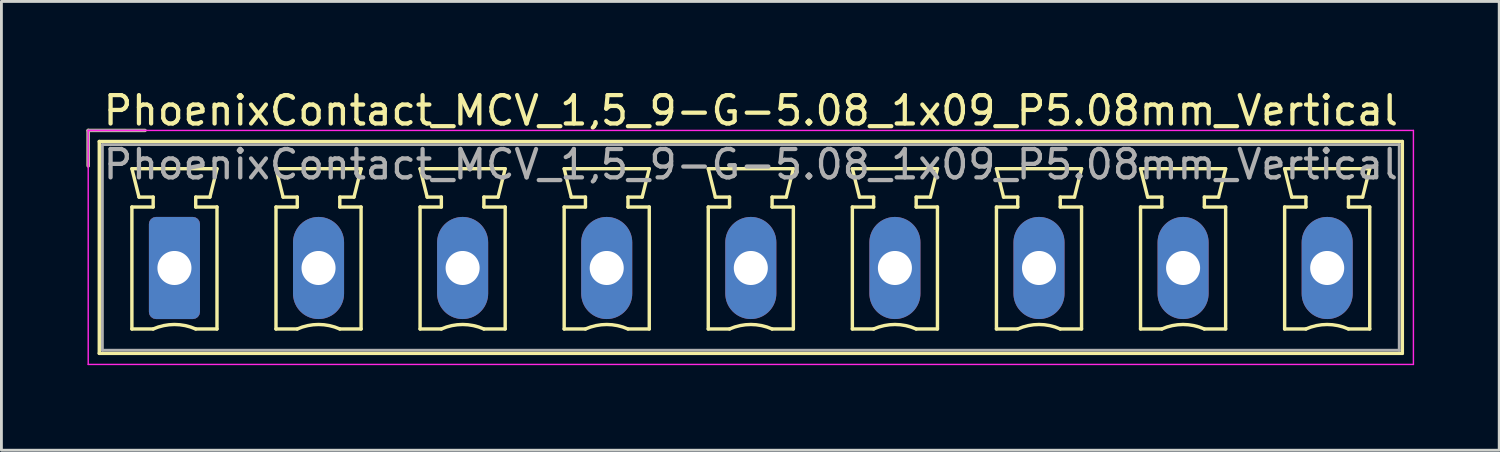
<source format=kicad_pcb>
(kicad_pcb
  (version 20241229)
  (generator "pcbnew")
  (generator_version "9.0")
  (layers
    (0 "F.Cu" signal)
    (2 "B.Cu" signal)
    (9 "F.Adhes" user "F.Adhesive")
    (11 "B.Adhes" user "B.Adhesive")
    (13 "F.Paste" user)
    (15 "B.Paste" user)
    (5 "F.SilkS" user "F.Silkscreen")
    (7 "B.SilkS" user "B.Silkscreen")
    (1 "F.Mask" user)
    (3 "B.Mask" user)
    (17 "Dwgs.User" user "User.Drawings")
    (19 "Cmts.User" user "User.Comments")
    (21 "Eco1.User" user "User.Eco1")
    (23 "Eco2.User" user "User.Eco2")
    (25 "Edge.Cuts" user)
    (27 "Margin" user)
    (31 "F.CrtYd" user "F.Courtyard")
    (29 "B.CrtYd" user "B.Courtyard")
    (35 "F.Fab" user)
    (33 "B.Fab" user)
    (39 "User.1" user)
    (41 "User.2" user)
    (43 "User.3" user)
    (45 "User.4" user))
  (footprint "PhoenixContact_MCV_1,5_9-G-5.08_1x09_P5.08mm_Vertical"
    (layer "F.Cu")
    (at 3.1 6.398)
    (property "Reference" "PhoenixContact_MCV_1,5_9-G-5.08_1x09_P5.08mm_Vertical" (at 20.32 -5.55 0) (layer "F.SilkS") (effects (font (size 1 1) (thickness 0.15))))
    (attr through_hole)
    (fp_line (start -3.04 -4.85) (end -1.04 -4.85) (stroke (width 0.12) (type solid)) (layer "F.SilkS"))
    (fp_line (start -3.04 -3.6) (end -3.04 -4.85) (stroke (width 0.12) (type solid)) (layer "F.SilkS"))
    (fp_line (start -2.65 -4.46) (end -2.65 3.01) (stroke (width 0.12) (type solid)) (layer "F.SilkS"))
    (fp_line (start -2.65 3.01) (end 43.29 3.01) (stroke (width 0.12) (type solid)) (layer "F.SilkS"))
    (fp_line (start -1.5 -3.5) (end 1.5 -3.5) (stroke (width 0.12) (type solid)) (layer "F.SilkS"))
    (fp_line (start -1.5 -2.15) (end -0.75 -2.15) (stroke (width 0.12) (type solid)) (layer "F.SilkS"))
    (fp_line (start -1.5 2.15) (end -1.5 -2.15) (stroke (width 0.12) (type solid)) (layer "F.SilkS"))
    (fp_line (start -1.25 -2.5) (end -1.5 -3.5) (stroke (width 0.12) (type solid)) (layer "F.SilkS"))
    (fp_line (start -0.75 -2.5) (end -1.25 -2.5) (stroke (width 0.12) (type solid)) (layer "F.SilkS"))
    (fp_line (start -0.75 -2.15) (end -0.75 -2.5) (stroke (width 0.12) (type solid)) (layer "F.SilkS"))
    (fp_line (start -0.75 2.15) (end -1.5 2.15) (stroke (width 0.12) (type solid)) (layer "F.SilkS"))
    (fp_line (start 0.75 -2.5) (end 0.75 -2.15) (stroke (width 0.12) (type solid)) (layer "F.SilkS"))
    (fp_line (start 0.75 -2.15) (end 1.5 -2.15) (stroke (width 0.12) (type solid)) (layer "F.SilkS"))
    (fp_line (start 1.25 -2.5) (end 0.75 -2.5) (stroke (width 0.12) (type solid)) (layer "F.SilkS"))
    (fp_line (start 1.5 -3.5) (end 1.25 -2.5) (stroke (width 0.12) (type solid)) (layer "F.SilkS"))
    (fp_line (start 1.5 -2.15) (end 1.5 2.15) (stroke (width 0.12) (type solid)) (layer "F.SilkS"))
    (fp_line (start 1.5 2.15) (end 0.75 2.15) (stroke (width 0.12) (type solid)) (layer "F.SilkS"))
    (fp_line (start 3.58 -3.5) (end 6.58 -3.5) (stroke (width 0.12) (type solid)) (layer "F.SilkS"))
    (fp_line (start 3.58 -2.15) (end 4.33 -2.15) (stroke (width 0.12) (type solid)) (layer "F.SilkS"))
    (fp_line (start 3.58 2.15) (end 3.58 -2.15) (stroke (width 0.12) (type solid)) (layer "F.SilkS"))
    (fp_line (start 3.83 -2.5) (end 3.58 -3.5) (stroke (width 0.12) (type solid)) (layer "F.SilkS"))
    (fp_line (start 4.33 -2.5) (end 3.83 -2.5) (stroke (width 0.12) (type solid)) (layer "F.SilkS"))
    (fp_line (start 4.33 -2.15) (end 4.33 -2.5) (stroke (width 0.12) (type solid)) (layer "F.SilkS"))
    (fp_line (start 4.33 2.15) (end 3.58 2.15) (stroke (width 0.12) (type solid)) (layer "F.SilkS"))
    (fp_line (start 5.83 -2.5) (end 5.83 -2.15) (stroke (width 0.12) (type solid)) (layer "F.SilkS"))
    (fp_line (start 5.83 -2.15) (end 6.58 -2.15) (stroke (width 0.12) (type solid)) (layer "F.SilkS"))
    (fp_line (start 6.33 -2.5) (end 5.83 -2.5) (stroke (width 0.12) (type solid)) (layer "F.SilkS"))
    (fp_line (start 6.58 -3.5) (end 6.33 -2.5) (stroke (width 0.12) (type solid)) (layer "F.SilkS"))
    (fp_line (start 6.58 -2.15) (end 6.58 2.15) (stroke (width 0.12) (type solid)) (layer "F.SilkS"))
    (fp_line (start 6.58 2.15) (end 5.83 2.15) (stroke (width 0.12) (type solid)) (layer "F.SilkS"))
    (fp_line (start 8.66 -3.5) (end 11.66 -3.5) (stroke (width 0.12) (type solid)) (layer "F.SilkS"))
    (fp_line (start 8.66 -2.15) (end 9.41 -2.15) (stroke (width 0.12) (type solid)) (layer "F.SilkS"))
    (fp_line (start 8.66 2.15) (end 8.66 -2.15) (stroke (width 0.12) (type solid)) (layer "F.SilkS"))
    (fp_line (start 8.91 -2.5) (end 8.66 -3.5) (stroke (width 0.12) (type solid)) (layer "F.SilkS"))
    (fp_line (start 9.41 -2.5) (end 8.91 -2.5) (stroke (width 0.12) (type solid)) (layer "F.SilkS"))
    (fp_line (start 9.41 -2.15) (end 9.41 -2.5) (stroke (width 0.12) (type solid)) (layer "F.SilkS"))
    (fp_line (start 9.41 2.15) (end 8.66 2.15) (stroke (width 0.12) (type solid)) (layer "F.SilkS"))
    (fp_line (start 10.91 -2.5) (end 10.91 -2.15) (stroke (width 0.12) (type solid)) (layer "F.SilkS"))
    (fp_line (start 10.91 -2.15) (end 11.66 -2.15) (stroke (width 0.12) (type solid)) (layer "F.SilkS"))
    (fp_line (start 11.41 -2.5) (end 10.91 -2.5) (stroke (width 0.12) (type solid)) (layer "F.SilkS"))
    (fp_line (start 11.66 -3.5) (end 11.41 -2.5) (stroke (width 0.12) (type solid)) (layer "F.SilkS"))
    (fp_line (start 11.66 -2.15) (end 11.66 2.15) (stroke (width 0.12) (type solid)) (layer "F.SilkS"))
    (fp_line (start 11.66 2.15) (end 10.91 2.15) (stroke (width 0.12) (type solid)) (layer "F.SilkS"))
    (fp_line (start 13.74 -3.5) (end 16.74 -3.5) (stroke (width 0.12) (type solid)) (layer "F.SilkS"))
    (fp_line (start 13.74 -2.15) (end 14.49 -2.15) (stroke (width 0.12) (type solid)) (layer "F.SilkS"))
    (fp_line (start 13.74 2.15) (end 13.74 -2.15) (stroke (width 0.12) (type solid)) (layer "F.SilkS"))
    (fp_line (start 13.99 -2.5) (end 13.74 -3.5) (stroke (width 0.12) (type solid)) (layer "F.SilkS"))
    (fp_line (start 14.49 -2.5) (end 13.99 -2.5) (stroke (width 0.12) (type solid)) (layer "F.SilkS"))
    (fp_line (start 14.49 -2.15) (end 14.49 -2.5) (stroke (width 0.12) (type solid)) (layer "F.SilkS"))
    (fp_line (start 14.49 2.15) (end 13.74 2.15) (stroke (width 0.12) (type solid)) (layer "F.SilkS"))
    (fp_line (start 15.99 -2.5) (end 15.99 -2.15) (stroke (width 0.12) (type solid)) (layer "F.SilkS"))
    (fp_line (start 15.99 -2.15) (end 16.74 -2.15) (stroke (width 0.12) (type solid)) (layer "F.SilkS"))
    (fp_line (start 16.49 -2.5) (end 15.99 -2.5) (stroke (width 0.12) (type solid)) (layer "F.SilkS"))
    (fp_line (start 16.74 -3.5) (end 16.49 -2.5) (stroke (width 0.12) (type solid)) (layer "F.SilkS"))
    (fp_line (start 16.74 -2.15) (end 16.74 2.15) (stroke (width 0.12) (type solid)) (layer "F.SilkS"))
    (fp_line (start 16.74 2.15) (end 15.99 2.15) (stroke (width 0.12) (type solid)) (layer "F.SilkS"))
    (fp_line (start 18.82 -3.5) (end 21.82 -3.5) (stroke (width 0.12) (type solid)) (layer "F.SilkS"))
    (fp_line (start 18.82 -2.15) (end 19.57 -2.15) (stroke (width 0.12) (type solid)) (layer "F.SilkS"))
    (fp_line (start 18.82 2.15) (end 18.82 -2.15) (stroke (width 0.12) (type solid)) (layer "F.SilkS"))
    (fp_line (start 19.07 -2.5) (end 18.82 -3.5) (stroke (width 0.12) (type solid)) (layer "F.SilkS"))
    (fp_line (start 19.57 -2.5) (end 19.07 -2.5) (stroke (width 0.12) (type solid)) (layer "F.SilkS"))
    (fp_line (start 19.57 -2.15) (end 19.57 -2.5) (stroke (width 0.12) (type solid)) (layer "F.SilkS"))
    (fp_line (start 19.57 2.15) (end 18.82 2.15) (stroke (width 0.12) (type solid)) (layer "F.SilkS"))
    (fp_line (start 21.07 -2.5) (end 21.07 -2.15) (stroke (width 0.12) (type solid)) (layer "F.SilkS"))
    (fp_line (start 21.07 -2.15) (end 21.82 -2.15) (stroke (width 0.12) (type solid)) (layer "F.SilkS"))
    (fp_line (start 21.57 -2.5) (end 21.07 -2.5) (stroke (width 0.12) (type solid)) (layer "F.SilkS"))
    (fp_line (start 21.82 -3.5) (end 21.57 -2.5) (stroke (width 0.12) (type solid)) (layer "F.SilkS"))
    (fp_line (start 21.82 -2.15) (end 21.82 2.15) (stroke (width 0.12) (type solid)) (layer "F.SilkS"))
    (fp_line (start 21.82 2.15) (end 21.07 2.15) (stroke (width 0.12) (type solid)) (layer "F.SilkS"))
    (fp_line (start 23.9 -3.5) (end 26.9 -3.5) (stroke (width 0.12) (type solid)) (layer "F.SilkS"))
    (fp_line (start 23.9 -2.15) (end 24.65 -2.15) (stroke (width 0.12) (type solid)) (layer "F.SilkS"))
    (fp_line (start 23.9 2.15) (end 23.9 -2.15) (stroke (width 0.12) (type solid)) (layer "F.SilkS"))
    (fp_line (start 24.15 -2.5) (end 23.9 -3.5) (stroke (width 0.12) (type solid)) (layer "F.SilkS"))
    (fp_line (start 24.65 -2.5) (end 24.15 -2.5) (stroke (width 0.12) (type solid)) (layer "F.SilkS"))
    (fp_line (start 24.65 -2.15) (end 24.65 -2.5) (stroke (width 0.12) (type solid)) (layer "F.SilkS"))
    (fp_line (start 24.65 2.15) (end 23.9 2.15) (stroke (width 0.12) (type solid)) (layer "F.SilkS"))
    (fp_line (start 26.15 -2.5) (end 26.15 -2.15) (stroke (width 0.12) (type solid)) (layer "F.SilkS"))
    (fp_line (start 26.15 -2.15) (end 26.9 -2.15) (stroke (width 0.12) (type solid)) (layer "F.SilkS"))
    (fp_line (start 26.65 -2.5) (end 26.15 -2.5) (stroke (width 0.12) (type solid)) (layer "F.SilkS"))
    (fp_line (start 26.9 -3.5) (end 26.65 -2.5) (stroke (width 0.12) (type solid)) (layer "F.SilkS"))
    (fp_line (start 26.9 -2.15) (end 26.9 2.15) (stroke (width 0.12) (type solid)) (layer "F.SilkS"))
    (fp_line (start 26.9 2.15) (end 26.15 2.15) (stroke (width 0.12) (type solid)) (layer "F.SilkS"))
    (fp_line (start 28.98 -3.5) (end 31.98 -3.5) (stroke (width 0.12) (type solid)) (layer "F.SilkS"))
    (fp_line (start 28.98 -2.15) (end 29.73 -2.15) (stroke (width 0.12) (type solid)) (layer "F.SilkS"))
    (fp_line (start 28.98 2.15) (end 28.98 -2.15) (stroke (width 0.12) (type solid)) (layer "F.SilkS"))
    (fp_line (start 29.23 -2.5) (end 28.98 -3.5) (stroke (width 0.12) (type solid)) (layer "F.SilkS"))
    (fp_line (start 29.73 -2.5) (end 29.23 -2.5) (stroke (width 0.12) (type solid)) (layer "F.SilkS"))
    (fp_line (start 29.73 -2.15) (end 29.73 -2.5) (stroke (width 0.12) (type solid)) (layer "F.SilkS"))
    (fp_line (start 29.73 2.15) (end 28.98 2.15) (stroke (width 0.12) (type solid)) (layer "F.SilkS"))
    (fp_line (start 31.23 -2.5) (end 31.23 -2.15) (stroke (width 0.12) (type solid)) (layer "F.SilkS"))
    (fp_line (start 31.23 -2.15) (end 31.98 -2.15) (stroke (width 0.12) (type solid)) (layer "F.SilkS"))
    (fp_line (start 31.73 -2.5) (end 31.23 -2.5) (stroke (width 0.12) (type solid)) (layer "F.SilkS"))
    (fp_line (start 31.98 -3.5) (end 31.73 -2.5) (stroke (width 0.12) (type solid)) (layer "F.SilkS"))
    (fp_line (start 31.98 -2.15) (end 31.98 2.15) (stroke (width 0.12) (type solid)) (layer "F.SilkS"))
    (fp_line (start 31.98 2.15) (end 31.23 2.15) (stroke (width 0.12) (type solid)) (layer "F.SilkS"))
    (fp_line (start 34.06 -3.5) (end 37.06 -3.5) (stroke (width 0.12) (type solid)) (layer "F.SilkS"))
    (fp_line (start 34.06 -2.15) (end 34.81 -2.15) (stroke (width 0.12) (type solid)) (layer "F.SilkS"))
    (fp_line (start 34.06 2.15) (end 34.06 -2.15) (stroke (width 0.12) (type solid)) (layer "F.SilkS"))
    (fp_line (start 34.31 -2.5) (end 34.06 -3.5) (stroke (width 0.12) (type solid)) (layer "F.SilkS"))
    (fp_line (start 34.81 -2.5) (end 34.31 -2.5) (stroke (width 0.12) (type solid)) (layer "F.SilkS"))
    (fp_line (start 34.81 -2.15) (end 34.81 -2.5) (stroke (width 0.12) (type solid)) (layer "F.SilkS"))
    (fp_line (start 34.81 2.15) (end 34.06 2.15) (stroke (width 0.12) (type solid)) (layer "F.SilkS"))
    (fp_line (start 36.31 -2.5) (end 36.31 -2.15) (stroke (width 0.12) (type solid)) (layer "F.SilkS"))
    (fp_line (start 36.31 -2.15) (end 37.06 -2.15) (stroke (width 0.12) (type solid)) (layer "F.SilkS"))
    (fp_line (start 36.81 -2.5) (end 36.31 -2.5) (stroke (width 0.12) (type solid)) (layer "F.SilkS"))
    (fp_line (start 37.06 -3.5) (end 36.81 -2.5) (stroke (width 0.12) (type solid)) (layer "F.SilkS"))
    (fp_line (start 37.06 -2.15) (end 37.06 2.15) (stroke (width 0.12) (type solid)) (layer "F.SilkS"))
    (fp_line (start 37.06 2.15) (end 36.31 2.15) (stroke (width 0.12) (type solid)) (layer "F.SilkS"))
    (fp_line (start 39.14 -3.5) (end 42.14 -3.5) (stroke (width 0.12) (type solid)) (layer "F.SilkS"))
    (fp_line (start 39.14 -2.15) (end 39.89 -2.15) (stroke (width 0.12) (type solid)) (layer "F.SilkS"))
    (fp_line (start 39.14 2.15) (end 39.14 -2.15) (stroke (width 0.12) (type solid)) (layer "F.SilkS"))
    (fp_line (start 39.39 -2.5) (end 39.14 -3.5) (stroke (width 0.12) (type solid)) (layer "F.SilkS"))
    (fp_line (start 39.89 -2.5) (end 39.39 -2.5) (stroke (width 0.12) (type solid)) (layer "F.SilkS"))
    (fp_line (start 39.89 -2.15) (end 39.89 -2.5) (stroke (width 0.12) (type solid)) (layer "F.SilkS"))
    (fp_line (start 39.89 2.15) (end 39.14 2.15) (stroke (width 0.12) (type solid)) (layer "F.SilkS"))
    (fp_line (start 41.39 -2.5) (end 41.39 -2.15) (stroke (width 0.12) (type solid)) (layer "F.SilkS"))
    (fp_line (start 41.39 -2.15) (end 42.14 -2.15) (stroke (width 0.12) (type solid)) (layer "F.SilkS"))
    (fp_line (start 41.89 -2.5) (end 41.39 -2.5) (stroke (width 0.12) (type solid)) (layer "F.SilkS"))
    (fp_line (start 42.14 -3.5) (end 41.89 -2.5) (stroke (width 0.12) (type solid)) (layer "F.SilkS"))
    (fp_line (start 42.14 -2.15) (end 42.14 2.15) (stroke (width 0.12) (type solid)) (layer "F.SilkS"))
    (fp_line (start 42.14 2.15) (end 41.39 2.15) (stroke (width 0.12) (type solid)) (layer "F.SilkS"))
    (fp_line (start 43.29 -4.46) (end -2.65 -4.46) (stroke (width 0.12) (type solid)) (layer "F.SilkS"))
    (fp_line (start 43.29 3.01) (end 43.29 -4.46) (stroke (width 0.12) (type solid)) (layer "F.SilkS"))
    (fp_arc (start -0.75 2.15) (mid -0.000193 1.99191) (end 0.749647 2.149844) (stroke (width 0.12) (type solid)) (layer "F.SilkS"))
    (fp_arc (start 4.33 2.15) (mid 5.079807 1.99191) (end 5.829647 2.149844) (stroke (width 0.12) (type solid)) (layer "F.SilkS"))
    (fp_arc (start 9.41 2.15) (mid 10.159807 1.99191) (end 10.909647 2.149844) (stroke (width 0.12) (type solid)) (layer "F.SilkS"))
    (fp_arc (start 14.49 2.15) (mid 15.239807 1.99191) (end 15.989647 2.149844) (stroke (width 0.12) (type solid)) (layer "F.SilkS"))
    (fp_arc (start 19.57 2.15) (mid 20.319807 1.99191) (end 21.069647 2.149844) (stroke (width 0.12) (type solid)) (layer "F.SilkS"))
    (fp_arc (start 24.65 2.15) (mid 25.399807 1.99191) (end 26.149647 2.149844) (stroke (width 0.12) (type solid)) (layer "F.SilkS"))
    (fp_arc (start 29.73 2.15) (mid 30.479807 1.99191) (end 31.229647 2.149844) (stroke (width 0.12) (type solid)) (layer "F.SilkS"))
    (fp_arc (start 34.81 2.15) (mid 35.559807 1.99191) (end 36.309647 2.149844) (stroke (width 0.12) (type solid)) (layer "F.SilkS"))
    (fp_arc (start 39.89 2.15) (mid 40.639807 1.99191) (end 41.389647 2.149844) (stroke (width 0.12) (type solid)) (layer "F.SilkS"))
    (fp_line (start -3.04 -4.85) (end -3.04 3.4) (stroke (width 0.05) (type solid)) (layer "F.CrtYd"))
    (fp_line (start -3.04 3.4) (end 43.68 3.4) (stroke (width 0.05) (type solid)) (layer "F.CrtYd"))
    (fp_line (start 43.68 -4.85) (end -3.04 -4.85) (stroke (width 0.05) (type solid)) (layer "F.CrtYd"))
    (fp_line (start 43.68 3.4) (end 43.68 -4.85) (stroke (width 0.05) (type solid)) (layer "F.CrtYd"))
    (fp_line (start -3.04 -4.85) (end -1.04 -4.85) (stroke (width 0.1) (type solid)) (layer "F.Fab"))
    (fp_line (start -3.04 -3.6) (end -3.04 -4.85) (stroke (width 0.1) (type solid)) (layer "F.Fab"))
    (fp_line (start -2.54 -4.35) (end -2.54 2.9) (stroke (width 0.1) (type solid)) (layer "F.Fab"))
    (fp_line (start -2.54 2.9) (end 43.18 2.9) (stroke (width 0.1) (type solid)) (layer "F.Fab"))
    (fp_line (start 43.18 -4.35) (end -2.54 -4.35) (stroke (width 0.1) (type solid)) (layer "F.Fab"))
    (fp_line (start 43.18 2.9) (end 43.18 -4.35) (stroke (width 0.1) (type solid)) (layer "F.Fab"))
    (fp_text user "${REFERENCE}" (at 20.32 -3.65 0) (layer "F.Fab") (effects (font (size 1 1) (thickness 0.15))))
    (pad "1" thru_hole roundrect (at 0 0) (size 1.8 3.6) (drill 1.2) (layers "*.Cu" "*.Mask") (roundrect_rratio 0.139))
    (pad "2" thru_hole oval (at 5.08 0) (size 1.8 3.6) (drill 1.2) (layers "*.Cu" "*.Mask"))
    (pad "3" thru_hole oval (at 10.16 0) (size 1.8 3.6) (drill 1.2) (layers "*.Cu" "*.Mask"))
    (pad "4" thru_hole oval (at 15.24 0) (size 1.8 3.6) (drill 1.2) (layers "*.Cu" "*.Mask"))
    (pad "5" thru_hole oval (at 20.32 0) (size 1.8 3.6) (drill 1.2) (layers "*.Cu" "*.Mask"))
    (pad "6" thru_hole oval (at 25.4 0) (size 1.8 3.6) (drill 1.2) (layers "*.Cu" "*.Mask"))
    (pad "7" thru_hole oval (at 30.48 0) (size 1.8 3.6) (drill 1.2) (layers "*.Cu" "*.Mask"))
    (pad "8" thru_hole oval (at 35.56 0) (size 1.8 3.6) (drill 1.2) (layers "*.Cu" "*.Mask"))
    (pad "9" thru_hole oval (at 40.64 0) (size 1.8 3.6) (drill 1.2) (layers "*.Cu" "*.Mask")))
  (gr_rect
    (start -3 -3)
    (end 49.805 12.823)
    (stroke (width 0.1) (type default))
    (fill no)
    (layer "Edge.Cuts")))
</source>
